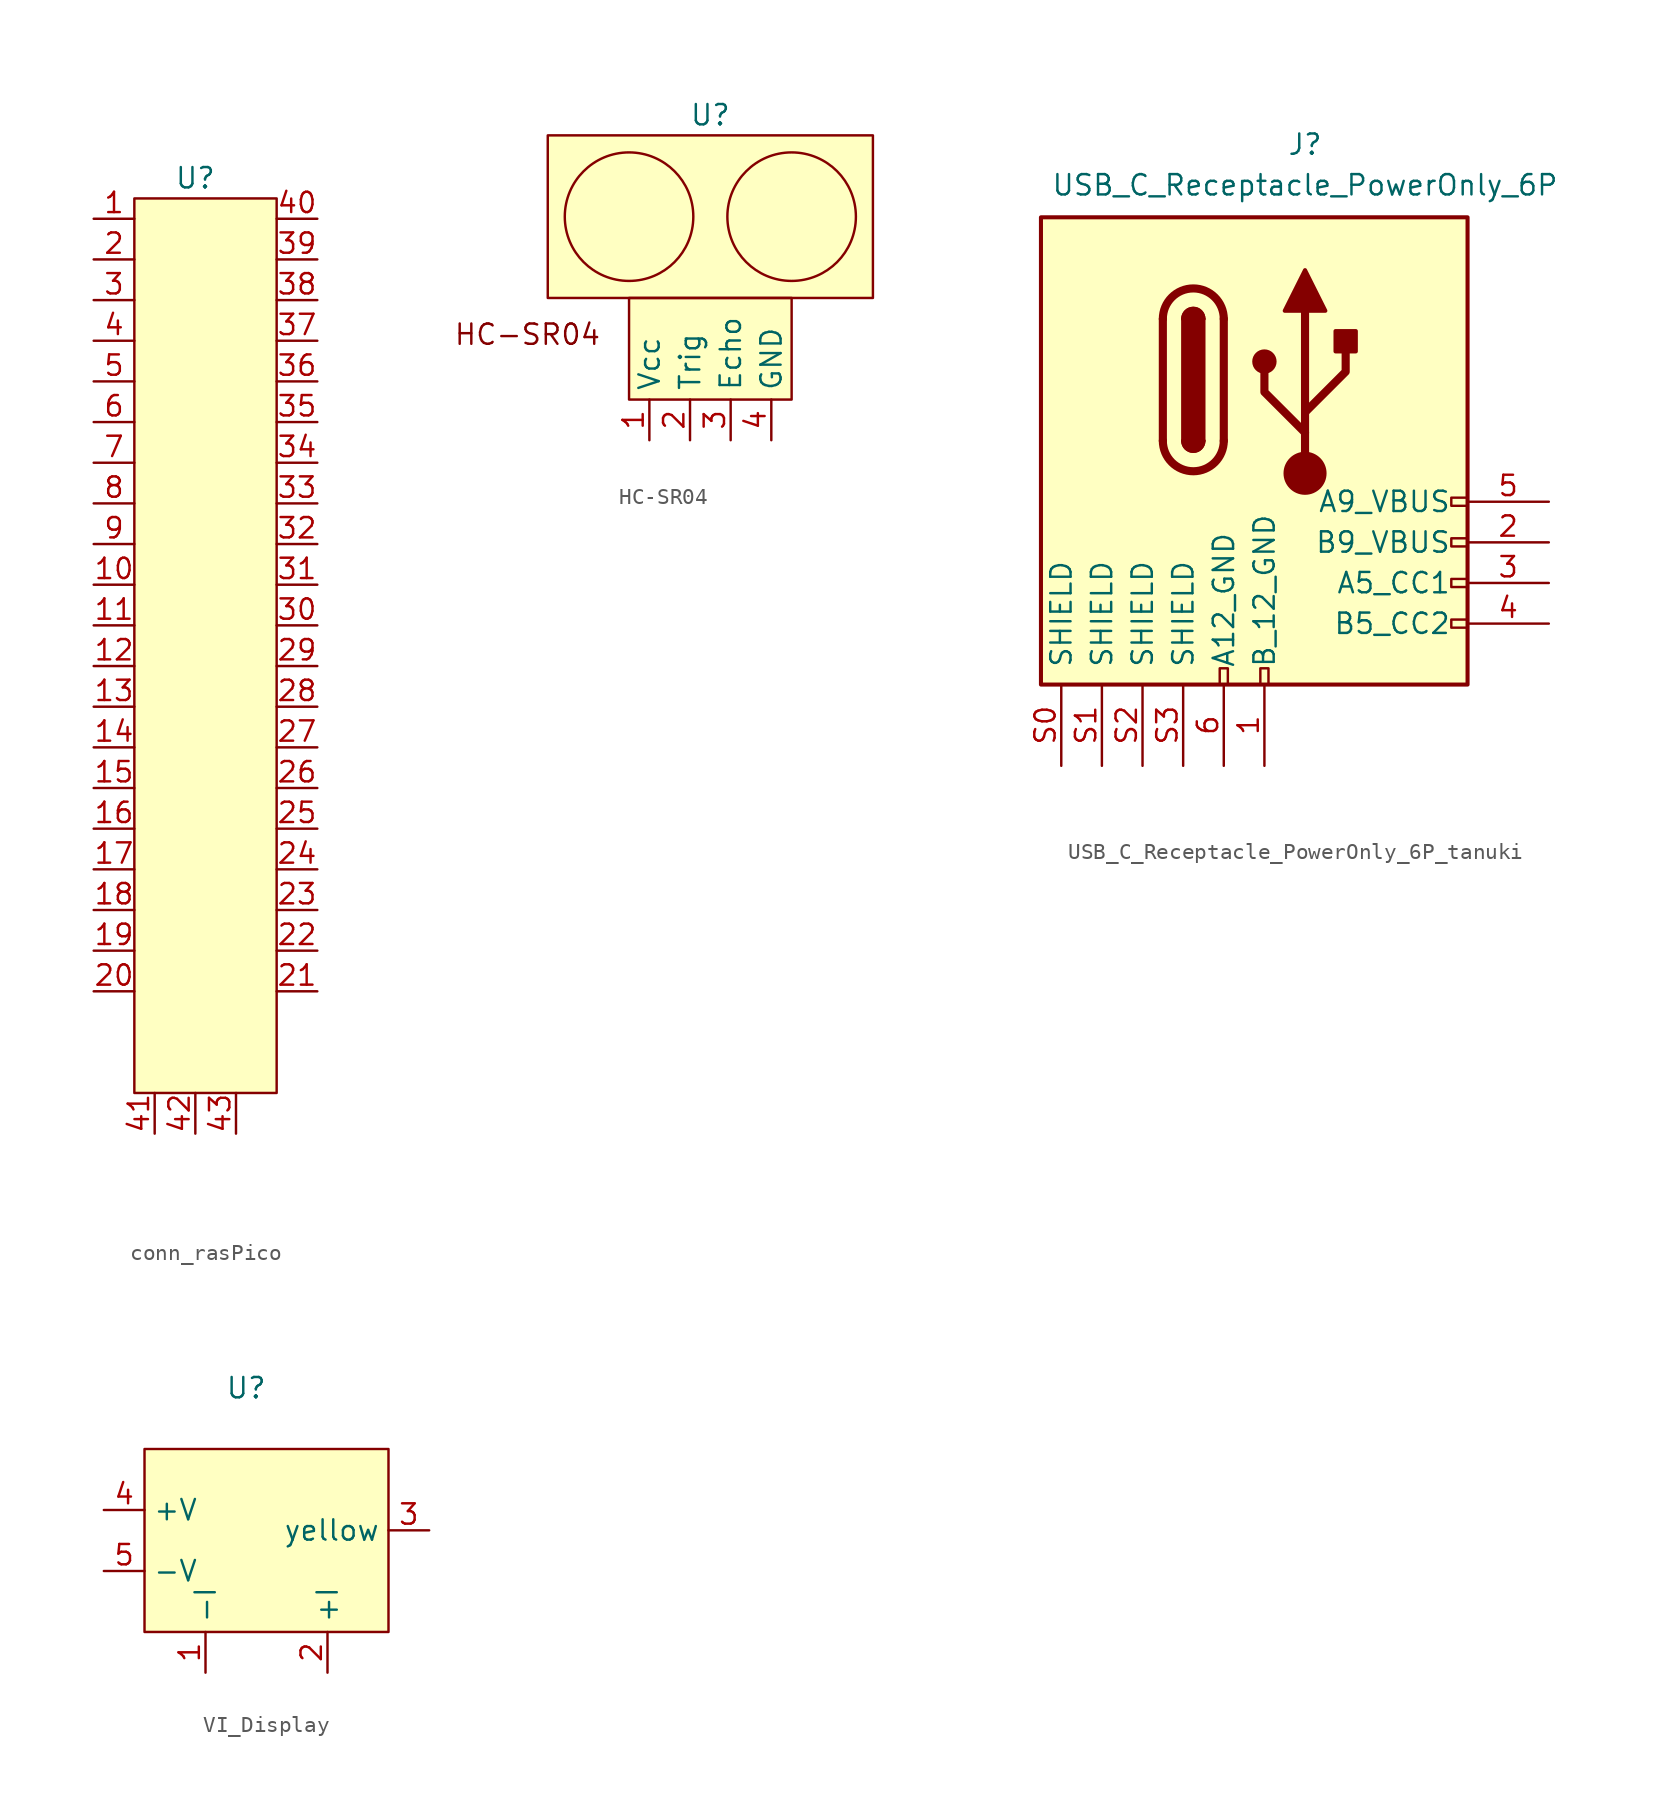
<source format=kicad_sym>
(kicad_symbol_lib
  (version 20241209)
  (generator "kicad_symbol_editor")
  (generator_version "9.0")
  (symbol "conn_rasPico"
    (property "Reference" "U"
      (at 0 0 0)
      (effects (font (size 1.27 1.27))))
    (property "Value" ""
      (at 0 0 0)
      (effects (font (size 1.27 1.27))))
    (symbol "conn_rasPico_1_1"
      (rectangle (start -3.81 -1.27) (end 5.08 -57.15) (stroke (width 0) (type default)) (fill (type background)))
      (pin passive line (at -6.35 -2.54 0) (length 2.54) (name "" (effects (font (size 1.27 1.27)))) (number "1" (effects (font (size 1.27 1.27)))))
      (pin passive line (at -6.35 -5.08 0) (length 2.54) (name "" (effects (font (size 1.27 1.27)))) (number "2" (effects (font (size 1.27 1.27)))))
      (pin passive line (at -6.35 -7.62 0) (length 2.54) (name "" (effects (font (size 1.27 1.27)))) (number "3" (effects (font (size 1.27 1.27)))))
      (pin passive line (at -6.35 -10.16 0) (length 2.54) (name "" (effects (font (size 1.27 1.27)))) (number "4" (effects (font (size 1.27 1.27)))))
      (pin passive line (at -6.35 -12.7 0) (length 2.54) (name "" (effects (font (size 1.27 1.27)))) (number "5" (effects (font (size 1.27 1.27)))))
      (pin passive line (at -6.35 -15.24 0) (length 2.54) (name "" (effects (font (size 1.27 1.27)))) (number "6" (effects (font (size 1.27 1.27)))))
      (pin passive line (at -6.35 -17.78 0) (length 2.54) (name "" (effects (font (size 1.27 1.27)))) (number "7" (effects (font (size 1.27 1.27)))))
      (pin passive line (at -6.35 -20.32 0) (length 2.54) (name "" (effects (font (size 1.27 1.27)))) (number "8" (effects (font (size 1.27 1.27)))))
      (pin passive line (at -6.35 -22.86 0) (length 2.54) (name "" (effects (font (size 1.27 1.27)))) (number "9" (effects (font (size 1.27 1.27)))))
      (pin passive line (at -6.35 -25.4 0) (length 2.54) (name "" (effects (font (size 1.27 1.27)))) (number "10" (effects (font (size 1.27 1.27)))))
      (pin passive line (at -6.35 -27.94 0) (length 2.54) (name "" (effects (font (size 1.27 1.27)))) (number "11" (effects (font (size 1.27 1.27)))))
      (pin passive line (at -6.35 -30.48 0) (length 2.54) (name "" (effects (font (size 1.27 1.27)))) (number "12" (effects (font (size 1.27 1.27)))))
      (pin passive line (at -6.35 -33.02 0) (length 2.54) (name "" (effects (font (size 1.27 1.27)))) (number "13" (effects (font (size 1.27 1.27)))))
      (pin passive line (at -6.35 -35.56 0) (length 2.54) (name "" (effects (font (size 1.27 1.27)))) (number "14" (effects (font (size 1.27 1.27)))))
      (pin passive line (at -6.35 -38.1 0) (length 2.54) (name "" (effects (font (size 1.27 1.27)))) (number "15" (effects (font (size 1.27 1.27)))))
      (pin passive line (at -6.35 -40.64 0) (length 2.54) (name "" (effects (font (size 1.27 1.27)))) (number "16" (effects (font (size 1.27 1.27)))))
      (pin passive line (at -6.35 -43.18 0) (length 2.54) (name "" (effects (font (size 1.27 1.27)))) (number "17" (effects (font (size 1.27 1.27)))))
      (pin passive line (at -6.35 -45.72 0) (length 2.54) (name "" (effects (font (size 1.27 1.27)))) (number "18" (effects (font (size 1.27 1.27)))))
      (pin passive line (at -6.35 -48.26 0) (length 2.54) (name "" (effects (font (size 1.27 1.27)))) (number "19" (effects (font (size 1.27 1.27)))))
      (pin passive line (at -6.35 -50.8 0) (length 2.54) (name "" (effects (font (size 1.27 1.27)))) (number "20" (effects (font (size 1.27 1.27)))))
      (pin passive line (at -2.54 -59.69 90) (length 2.54) (name "" (effects (font (size 1.27 1.27)))) (number "41" (effects (font (size 1.27 1.27)))))
      (pin passive line (at 0 -59.69 90) (length 2.54) (name "" (effects (font (size 1.27 1.27)))) (number "42" (effects (font (size 1.27 1.27)))))
      (pin passive line (at 2.54 -59.69 90) (length 2.54) (name "" (effects (font (size 1.27 1.27)))) (number "43" (effects (font (size 1.27 1.27)))))
      (pin passive line (at 7.62 -2.54 180) (length 2.54) (name "" (effects (font (size 1.27 1.27)))) (number "40" (effects (font (size 1.27 1.27)))))
      (pin passive line (at 7.62 -5.08 180) (length 2.54) (name "" (effects (font (size 1.27 1.27)))) (number "39" (effects (font (size 1.27 1.27)))))
      (pin passive line (at 7.62 -7.62 180) (length 2.54) (name "" (effects (font (size 1.27 1.27)))) (number "38" (effects (font (size 1.27 1.27)))))
      (pin passive line (at 7.62 -10.16 180) (length 2.54) (name "" (effects (font (size 1.27 1.27)))) (number "37" (effects (font (size 1.27 1.27)))))
      (pin passive line (at 7.62 -12.7 180) (length 2.54) (name "" (effects (font (size 1.27 1.27)))) (number "36" (effects (font (size 1.27 1.27)))))
      (pin passive line (at 7.62 -15.24 180) (length 2.54) (name "" (effects (font (size 1.27 1.27)))) (number "35" (effects (font (size 1.27 1.27)))))
      (pin passive line (at 7.62 -17.78 180) (length 2.54) (name "" (effects (font (size 1.27 1.27)))) (number "34" (effects (font (size 1.27 1.27)))))
      (pin passive line (at 7.62 -20.32 180) (length 2.54) (name "" (effects (font (size 1.27 1.27)))) (number "33" (effects (font (size 1.27 1.27)))))
      (pin passive line (at 7.62 -22.86 180) (length 2.54) (name "" (effects (font (size 1.27 1.27)))) (number "32" (effects (font (size 1.27 1.27)))))
      (pin passive line (at 7.62 -25.4 180) (length 2.54) (name "" (effects (font (size 1.27 1.27)))) (number "31" (effects (font (size 1.27 1.27)))))
      (pin passive line (at 7.62 -27.94 180) (length 2.54) (name "" (effects (font (size 1.27 1.27)))) (number "30" (effects (font (size 1.27 1.27)))))
      (pin passive line (at 7.62 -30.48 180) (length 2.54) (name "" (effects (font (size 1.27 1.27)))) (number "29" (effects (font (size 1.27 1.27)))))
      (pin passive line (at 7.62 -33.02 180) (length 2.54) (name "" (effects (font (size 1.27 1.27)))) (number "28" (effects (font (size 1.27 1.27)))))
      (pin passive line (at 7.62 -35.56 180) (length 2.54) (name "" (effects (font (size 1.27 1.27)))) (number "27" (effects (font (size 1.27 1.27)))))
      (pin passive line (at 7.62 -38.1 180) (length 2.54) (name "" (effects (font (size 1.27 1.27)))) (number "26" (effects (font (size 1.27 1.27)))))
      (pin passive line (at 7.62 -40.64 180) (length 2.54) (name "" (effects (font (size 1.27 1.27)))) (number "25" (effects (font (size 1.27 1.27)))))
      (pin passive line (at 7.62 -43.18 180) (length 2.54) (name "" (effects (font (size 1.27 1.27)))) (number "24" (effects (font (size 1.27 1.27)))))
      (pin passive line (at 7.62 -45.72 180) (length 2.54) (name "" (effects (font (size 1.27 1.27)))) (number "23" (effects (font (size 1.27 1.27)))))
      (pin passive line (at 7.62 -48.26 180) (length 2.54) (name "" (effects (font (size 1.27 1.27)))) (number "22" (effects (font (size 1.27 1.27)))))
      (pin passive line (at 7.62 -50.8 180) (length 2.54) (name "" (effects (font (size 1.27 1.27)))) (number "21" (effects (font (size 1.27 1.27)))))))
  (symbol "HC-SR04"
    (property "Reference" "U"
      (at 0 7.62 0)
      (effects (font (size 1.27 1.27))))
    (property "Value" ""
      (at 0 0 0)
      (effects (font (size 1.27 1.27))))
    (symbol "HC-SR04_0_1"
      (circle (center -5.08 1.27) (radius 4.016) (stroke (width 0) (type default)) (fill (type none)))
      (circle (center 5.08 1.27) (radius 4.016) (stroke (width 0) (type default)) (fill (type none))))
    (symbol "HC-SR04_1_1"
      (rectangle (start -10.16 6.35) (end 10.16 -3.81) (stroke (width 0) (type solid)) (fill (type background)))
      (polyline (pts (xy -5.08 -3.81) (xy -5.08 -10.16) (xy 5.08 -10.16) (xy 5.08 -3.81) (xy -5.08 -3.81)) (stroke (width 0) (type solid)) (fill (type background)))
      (text "HC-SR04" (at -11.43 -6.096 0) (effects (font (size 1.27 1.27))))
      (pin power_in line (at -3.81 -12.7 90) (length 2.54) (name "Vcc" (effects (font (size 1.27 1.27)))) (number "1" (effects (font (size 1.27 1.27)))))
      (pin input line (at -1.27 -12.7 90) (length 2.54) (name "Trig" (effects (font (size 1.27 1.27)))) (number "2" (effects (font (size 1.27 1.27)))))
      (pin output line (at 1.27 -12.7 90) (length 2.54) (name "Echo" (effects (font (size 1.27 1.27)))) (number "3" (effects (font (size 1.27 1.27)))))
      (pin passive line (at 3.81 -12.7 90) (length 2.54) (name "GND" (effects (font (size 1.27 1.27)))) (number "4" (effects (font (size 1.27 1.27)))))))
  (symbol "USB_C_Receptacle_PowerOnly_6P_tanuki"
    (pin_names
      (offset 1.016))
    (property "Reference" "J"
      (at 0 16.51 0)
      (effects (font (size 1.27 1.27)) (justify bottom)))
    (property "Value" "USB_C_Receptacle_PowerOnly_6P"
      (at 0 13.97 0)
      (effects (font (size 1.27 1.27)) (justify bottom)))
    (symbol "USB_C_Receptacle_PowerOnly_6P_tanuki_0_0"
      (rectangle (start -5.334 -16.51) (end -4.826 -15.494) (stroke (width 0) (type default)) (fill (type none)))
      (rectangle (start -2.794 -16.51) (end -2.286 -15.494) (stroke (width 0) (type default)) (fill (type none)))
      (rectangle (start 10.16 -4.826) (end 9.144 -5.334) (stroke (width 0) (type default)) (fill (type none)))
      (rectangle (start 10.16 -7.366) (end 9.144 -7.874) (stroke (width 0) (type default)) (fill (type none)))
      (rectangle (start 10.16 -9.906) (end 9.144 -10.414) (stroke (width 0) (type default)) (fill (type none)))
      (rectangle (start 10.16 -12.446) (end 9.144 -12.954) (stroke (width 0) (type default)) (fill (type none))))
    (symbol "USB_C_Receptacle_PowerOnly_6P_tanuki_0_1"
      (rectangle (start -16.51 12.7) (end 10.16 -16.51) (stroke (width 0.254) (type default)) (fill (type background)))
      (polyline (pts (xy -8.89 -1.27) (xy -8.89 6.35)) (stroke (width 0.508) (type default)) (fill (type none)))
      (rectangle (start -7.62 -1.27) (end -6.35 6.35) (stroke (width 0.254) (type default)) (fill (type outline)))
      (arc (start -7.62 6.35) (mid -6.985 6.9823) (end -6.35 6.35) (stroke (width 0.254) (type default)) (fill (type none)))
      (arc (start -7.62 6.35) (mid -6.985 6.9823) (end -6.35 6.35) (stroke (width 0.254) (type default)) (fill (type outline)))
      (arc (start -8.89 6.35) (mid -6.985 8.2467) (end -5.08 6.35) (stroke (width 0.508) (type default)) (fill (type none)))
      (arc (start -5.08 -1.27) (mid -6.985 -3.1667) (end -8.89 -1.27) (stroke (width 0.508) (type default)) (fill (type none)))
      (arc (start -6.35 -1.27) (mid -6.985 -1.9023) (end -7.62 -1.27) (stroke (width 0.254) (type default)) (fill (type none)))
      (arc (start -6.35 -1.27) (mid -6.985 -1.9023) (end -7.62 -1.27) (stroke (width 0.254) (type default)) (fill (type outline)))
      (polyline (pts (xy -5.08 6.35) (xy -5.08 -1.27)) (stroke (width 0.508) (type default)) (fill (type none)))
      (circle (center -2.54 3.683) (radius 0.635) (stroke (width 0.254) (type default)) (fill (type outline)))
      (polyline (pts (xy -1.27 6.858) (xy 0 9.398) (xy 1.27 6.858) (xy -1.27 6.858)) (stroke (width 0.254) (type default)) (fill (type outline)))
      (polyline (pts (xy 0 0.508) (xy 2.54 3.048) (xy 2.54 4.318)) (stroke (width 0.508) (type default)) (fill (type none)))
      (polyline (pts (xy 0 -0.762) (xy -2.54 1.778) (xy -2.54 3.048)) (stroke (width 0.508) (type default)) (fill (type none)))
      (polyline (pts (xy 0 -3.302) (xy 0 6.858)) (stroke (width 0.508) (type default)) (fill (type none)))
      (circle (center 0 -3.302) (radius 1.27) (stroke (width 0) (type default)) (fill (type outline)))
      (rectangle (start 1.905 4.318) (end 3.175 5.588) (stroke (width 0.254) (type default)) (fill (type outline))))
    (symbol "USB_C_Receptacle_PowerOnly_6P_tanuki_1_1"
      (pin passive line (at -15.24 -21.59 90) (length 5.08) (name "SHIELD" (effects (font (size 1.27 1.27)))) (number "S0" (effects (font (size 1.27 1.27)))))
      (pin passive line (at -12.7 -21.59 90) (length 5.08) (name "SHIELD" (effects (font (size 1.27 1.27)))) (number "S1" (effects (font (size 1.27 1.27)))))
      (pin passive line (at -10.16 -21.59 90) (length 5.08) (name "SHIELD" (effects (font (size 1.27 1.27)))) (number "S2" (effects (font (size 1.27 1.27)))))
      (pin passive line (at -7.62 -21.59 90) (length 5.08) (name "SHIELD" (effects (font (size 1.27 1.27)))) (number "S3" (effects (font (size 1.27 1.27)))))
      (pin passive line (at -5.08 -21.59 90) (length 5.08) (name "A12_GND" (effects (font (size 1.27 1.27)))) (number "6" (effects (font (size 1.27 1.27)))))
      (pin passive line (at -2.54 -21.59 90) (length 5.08) (name "B_12_GND" (effects (font (size 1.27 1.27)))) (number "1" (effects (font (size 1.27 1.27)))))
      (pin passive line (at 15.24 -5.08 180) (length 5.08) (name "A9_VBUS" (effects (font (size 1.27 1.27)))) (number "5" (effects (font (size 1.27 1.27)))))
      (pin passive line (at 15.24 -7.62 180) (length 5.08) (name "B9_VBUS" (effects (font (size 1.27 1.27)))) (number "2" (effects (font (size 1.27 1.27)))))
      (pin bidirectional line (at 15.24 -10.16 180) (length 5.08) (name "A5_CC1" (effects (font (size 1.27 1.27)))) (number "3" (effects (font (size 1.27 1.27)))))
      (pin bidirectional line (at 15.24 -12.7 180) (length 5.08) (name "B5_CC2" (effects (font (size 1.27 1.27)))) (number "4" (effects (font (size 1.27 1.27)))))))
  (symbol "VI_Display"
    (property "Reference" "U"
      (at -1.27 11.43 0)
      (effects (font (size 1.27 1.27))))
    (symbol "VI_Display_1_1"
      (rectangle (start -7.62 7.62) (end 7.62 -3.81) (stroke (width 0) (type default)) (fill (type background)))
      (pin passive line (at -10.16 3.81 0) (length 2.54) (name "+V" (effects (font (size 1.27 1.27)))) (number "4" (effects (font (size 1.27 1.27)))))
      (pin passive line (at -10.16 0 0) (length 2.54) (name "-V" (effects (font (size 1.27 1.27)))) (number "5" (effects (font (size 1.27 1.27)))))
      (pin passive line (at -3.81 -6.35 90) (length 2.54) (name "-I" (effects (font (size 1.27 1.27)))) (number "1" (effects (font (size 1.27 1.27)))))
      (pin passive line (at 3.81 -6.35 90) (length 2.54) (name "+I" (effects (font (size 1.27 1.27)))) (number "2" (effects (font (size 1.27 1.27)))))
      (pin passive line (at 10.16 2.54 180) (length 2.54) (name "yellow" (effects (font (size 1.27 1.27)))) (number "3" (effects (font (size 1.27 1.27))))))))
</source>
